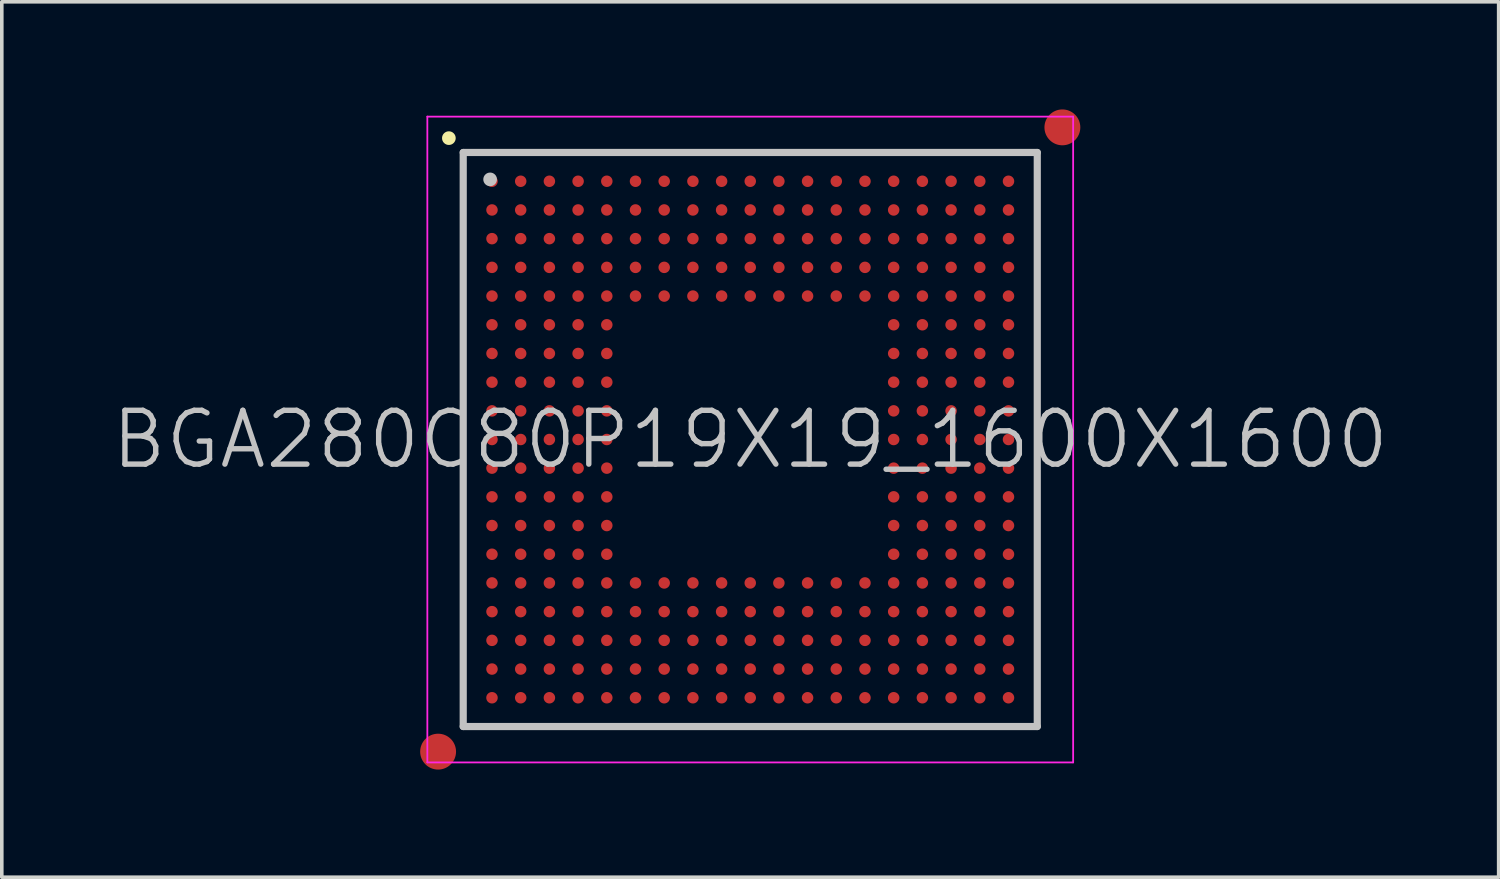
<source format=kicad_pcb>
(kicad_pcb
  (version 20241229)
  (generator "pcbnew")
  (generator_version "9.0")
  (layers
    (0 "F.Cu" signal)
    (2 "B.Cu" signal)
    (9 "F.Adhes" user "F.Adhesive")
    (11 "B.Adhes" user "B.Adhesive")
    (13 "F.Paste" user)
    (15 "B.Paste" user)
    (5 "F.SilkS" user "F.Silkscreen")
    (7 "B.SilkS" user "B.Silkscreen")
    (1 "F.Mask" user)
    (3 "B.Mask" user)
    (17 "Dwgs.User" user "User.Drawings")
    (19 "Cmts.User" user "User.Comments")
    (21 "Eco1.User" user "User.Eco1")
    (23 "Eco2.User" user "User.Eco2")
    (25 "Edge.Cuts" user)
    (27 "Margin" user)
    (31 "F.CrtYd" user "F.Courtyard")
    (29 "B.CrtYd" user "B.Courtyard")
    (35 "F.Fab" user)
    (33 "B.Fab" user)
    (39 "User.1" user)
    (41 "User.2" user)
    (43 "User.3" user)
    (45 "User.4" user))
  (footprint "BGA280C80P19X19_1600X1600"
    (layer "F.Cu")
    (at 17.861 9.2)
    (property "Reference" "BGA280C80P19X19_1600X1600" (at 0 0 0) (layer "Dwgs.User") (effects (font (size 1.5 1.5) (thickness 0.15))))
    (attr smd)
    (fp_line (start -8.4 -8.4) (end -8.4 -8.4) (stroke (width 0.381) (type solid)) (layer "F.SilkS"))
    (fp_line (start -8 -8) (end -8 8) (stroke (width 0.2) (type solid)) (layer "Dwgs.User"))
    (fp_line (start -8 -8) (end 8 -8) (stroke (width 0.2) (type solid)) (layer "Dwgs.User"))
    (fp_line (start -8 8) (end 8 8) (stroke (width 0.2) (type solid)) (layer "Dwgs.User"))
    (fp_line (start -7.25 -7.25) (end -7.25 -7.25) (stroke (width 0.381) (type solid)) (layer "Dwgs.User"))
    (fp_line (start 8 -8) (end 8 8) (stroke (width 0.2) (type solid)) (layer "Dwgs.User"))
    (fp_line (start -9 -9) (end -9 9) (stroke (width 0.05) (type solid)) (layer "F.CrtYd"))
    (fp_line (start -9 -9) (end 9 -9) (stroke (width 0.05) (type solid)) (layer "F.CrtYd"))
    (fp_line (start -9 9) (end 9 9) (stroke (width 0.05) (type solid)) (layer "F.CrtYd"))
    (fp_line (start 9 -9) (end 9 9) (stroke (width 0.05) (type solid)) (layer "F.CrtYd"))
    (pad "" smd circle (at -8.7 8.7) (size 1 1) (layers "F.Cu" "F.Mask"))
    (pad "" smd circle (at 8.7 -8.7) (size 1 1) (layers "F.Cu" "F.Mask"))
    (pad "A1" smd circle (at -7.198 -7.198 270) (size 0.32 0.32) (layers "F.Cu" "F.Mask" "F.Paste"))
    (pad "A2" smd circle (at -6.398 -7.198 270) (size 0.32 0.32) (layers "F.Cu" "F.Mask" "F.Paste"))
    (pad "A3" smd circle (at -5.598 -7.198 270) (size 0.32 0.32) (layers "F.Cu" "F.Mask" "F.Paste"))
    (pad "A4" smd circle (at -4.798 -7.198 270) (size 0.32 0.32) (layers "F.Cu" "F.Mask" "F.Paste"))
    (pad "A5" smd circle (at -3.998 -7.198 270) (size 0.32 0.32) (layers "F.Cu" "F.Mask" "F.Paste"))
    (pad "A6" smd circle (at -3.198 -7.198 270) (size 0.32 0.32) (layers "F.Cu" "F.Mask" "F.Paste"))
    (pad "A7" smd circle (at -2.398 -7.198 270) (size 0.32 0.32) (layers "F.Cu" "F.Mask" "F.Paste"))
    (pad "A8" smd circle (at -1.598 -7.198 270) (size 0.32 0.32) (layers "F.Cu" "F.Mask" "F.Paste"))
    (pad "A9" smd circle (at -0.798 -7.198 270) (size 0.32 0.32) (layers "F.Cu" "F.Mask" "F.Paste"))
    (pad "A10" smd circle (at 0 -7.198 270) (size 0.32 0.32) (layers "F.Cu" "F.Mask" "F.Paste"))
    (pad "A11" smd circle (at 0.798 -7.198 270) (size 0.32 0.32) (layers "F.Cu" "F.Mask" "F.Paste"))
    (pad "A12" smd circle (at 1.598 -7.198 270) (size 0.32 0.32) (layers "F.Cu" "F.Mask" "F.Paste"))
    (pad "A13" smd circle (at 2.398 -7.198 270) (size 0.32 0.32) (layers "F.Cu" "F.Mask" "F.Paste"))
    (pad "A14" smd circle (at 3.198 -7.198 270) (size 0.32 0.32) (layers "F.Cu" "F.Mask" "F.Paste"))
    (pad "A15" smd circle (at 3.998 -7.198 270) (size 0.32 0.32) (layers "F.Cu" "F.Mask" "F.Paste"))
    (pad "A16" smd circle (at 4.798 -7.198 270) (size 0.32 0.32) (layers "F.Cu" "F.Mask" "F.Paste"))
    (pad "A17" smd circle (at 5.598 -7.198 270) (size 0.32 0.32) (layers "F.Cu" "F.Mask" "F.Paste"))
    (pad "A18" smd circle (at 6.398 -7.198 270) (size 0.32 0.32) (layers "F.Cu" "F.Mask" "F.Paste"))
    (pad "A19" smd circle (at 7.198 -7.198 270) (size 0.32 0.32) (layers "F.Cu" "F.Mask" "F.Paste"))
    (pad "B1" smd circle (at -7.198 -6.398 270) (size 0.32 0.32) (layers "F.Cu" "F.Mask" "F.Paste"))
    (pad "B2" smd circle (at -6.398 -6.398 270) (size 0.32 0.32) (layers "F.Cu" "F.Mask" "F.Paste"))
    (pad "B3" smd circle (at -5.598 -6.398 270) (size 0.32 0.32) (layers "F.Cu" "F.Mask" "F.Paste"))
    (pad "B4" smd circle (at -4.798 -6.398 270) (size 0.32 0.32) (layers "F.Cu" "F.Mask" "F.Paste"))
    (pad "B5" smd circle (at -3.998 -6.398 270) (size 0.32 0.32) (layers "F.Cu" "F.Mask" "F.Paste"))
    (pad "B6" smd circle (at -3.198 -6.398 270) (size 0.32 0.32) (layers "F.Cu" "F.Mask" "F.Paste"))
    (pad "B7" smd circle (at -2.398 -6.398 270) (size 0.32 0.32) (layers "F.Cu" "F.Mask" "F.Paste"))
    (pad "B8" smd circle (at -1.598 -6.398 270) (size 0.32 0.32) (layers "F.Cu" "F.Mask" "F.Paste"))
    (pad "B9" smd circle (at -0.798 -6.398 270) (size 0.32 0.32) (layers "F.Cu" "F.Mask" "F.Paste"))
    (pad "B10" smd circle (at 0 -6.398 270) (size 0.32 0.32) (layers "F.Cu" "F.Mask" "F.Paste"))
    (pad "B11" smd circle (at 0.798 -6.398 270) (size 0.32 0.32) (layers "F.Cu" "F.Mask" "F.Paste"))
    (pad "B12" smd circle (at 1.598 -6.398 270) (size 0.32 0.32) (layers "F.Cu" "F.Mask" "F.Paste"))
    (pad "B13" smd circle (at 2.398 -6.398 270) (size 0.32 0.32) (layers "F.Cu" "F.Mask" "F.Paste"))
    (pad "B14" smd circle (at 3.198 -6.398 270) (size 0.32 0.32) (layers "F.Cu" "F.Mask" "F.Paste"))
    (pad "B15" smd circle (at 3.998 -6.398 270) (size 0.32 0.32) (layers "F.Cu" "F.Mask" "F.Paste"))
    (pad "B16" smd circle (at 4.798 -6.398 270) (size 0.32 0.32) (layers "F.Cu" "F.Mask" "F.Paste"))
    (pad "B17" smd circle (at 5.598 -6.398 270) (size 0.32 0.32) (layers "F.Cu" "F.Mask" "F.Paste"))
    (pad "B18" smd circle (at 6.398 -6.398 270) (size 0.32 0.32) (layers "F.Cu" "F.Mask" "F.Paste"))
    (pad "B19" smd circle (at 7.198 -6.398 270) (size 0.32 0.32) (layers "F.Cu" "F.Mask" "F.Paste"))
    (pad "C1" smd circle (at -7.198 -5.598 270) (size 0.32 0.32) (layers "F.Cu" "F.Mask" "F.Paste"))
    (pad "C2" smd circle (at -6.398 -5.598 270) (size 0.32 0.32) (layers "F.Cu" "F.Mask" "F.Paste"))
    (pad "C3" smd circle (at -5.598 -5.598 270) (size 0.32 0.32) (layers "F.Cu" "F.Mask" "F.Paste"))
    (pad "C4" smd circle (at -4.798 -5.598 270) (size 0.32 0.32) (layers "F.Cu" "F.Mask" "F.Paste"))
    (pad "C5" smd circle (at -3.998 -5.598 270) (size 0.32 0.32) (layers "F.Cu" "F.Mask" "F.Paste"))
    (pad "C6" smd circle (at -3.198 -5.598 270) (size 0.32 0.32) (layers "F.Cu" "F.Mask" "F.Paste"))
    (pad "C7" smd circle (at -2.398 -5.598 270) (size 0.32 0.32) (layers "F.Cu" "F.Mask" "F.Paste"))
    (pad "C8" smd circle (at -1.598 -5.598 270) (size 0.32 0.32) (layers "F.Cu" "F.Mask" "F.Paste"))
    (pad "C9" smd circle (at -0.798 -5.598 270) (size 0.32 0.32) (layers "F.Cu" "F.Mask" "F.Paste"))
    (pad "C10" smd circle (at 0 -5.598 270) (size 0.32 0.32) (layers "F.Cu" "F.Mask" "F.Paste"))
    (pad "C11" smd circle (at 0.798 -5.598 270) (size 0.32 0.32) (layers "F.Cu" "F.Mask" "F.Paste"))
    (pad "C12" smd circle (at 1.598 -5.598 270) (size 0.32 0.32) (layers "F.Cu" "F.Mask" "F.Paste"))
    (pad "C13" smd circle (at 2.398 -5.598 270) (size 0.32 0.32) (layers "F.Cu" "F.Mask" "F.Paste"))
    (pad "C14" smd circle (at 3.198 -5.598 270) (size 0.32 0.32) (layers "F.Cu" "F.Mask" "F.Paste"))
    (pad "C15" smd circle (at 3.998 -5.598 270) (size 0.32 0.32) (layers "F.Cu" "F.Mask" "F.Paste"))
    (pad "C16" smd circle (at 4.798 -5.598 270) (size 0.32 0.32) (layers "F.Cu" "F.Mask" "F.Paste"))
    (pad "C17" smd circle (at 5.598 -5.598 270) (size 0.32 0.32) (layers "F.Cu" "F.Mask" "F.Paste"))
    (pad "C18" smd circle (at 6.398 -5.598 270) (size 0.32 0.32) (layers "F.Cu" "F.Mask" "F.Paste"))
    (pad "C19" smd circle (at 7.198 -5.598 270) (size 0.32 0.32) (layers "F.Cu" "F.Mask" "F.Paste"))
    (pad "D1" smd circle (at -7.198 -4.798 270) (size 0.32 0.32) (layers "F.Cu" "F.Mask" "F.Paste"))
    (pad "D2" smd circle (at -6.398 -4.798 270) (size 0.32 0.32) (layers "F.Cu" "F.Mask" "F.Paste"))
    (pad "D3" smd circle (at -5.598 -4.798 270) (size 0.32 0.32) (layers "F.Cu" "F.Mask" "F.Paste"))
    (pad "D4" smd circle (at -4.798 -4.798 270) (size 0.32 0.32) (layers "F.Cu" "F.Mask" "F.Paste"))
    (pad "D5" smd circle (at -3.998 -4.798 270) (size 0.32 0.32) (layers "F.Cu" "F.Mask" "F.Paste"))
    (pad "D6" smd circle (at -3.198 -4.798 270) (size 0.32 0.32) (layers "F.Cu" "F.Mask" "F.Paste"))
    (pad "D7" smd circle (at -2.398 -4.798 270) (size 0.32 0.32) (layers "F.Cu" "F.Mask" "F.Paste"))
    (pad "D8" smd circle (at -1.598 -4.798 270) (size 0.32 0.32) (layers "F.Cu" "F.Mask" "F.Paste"))
    (pad "D9" smd circle (at -0.798 -4.798 270) (size 0.32 0.32) (layers "F.Cu" "F.Mask" "F.Paste"))
    (pad "D10" smd circle (at 0 -4.798 270) (size 0.32 0.32) (layers "F.Cu" "F.Mask" "F.Paste"))
    (pad "D11" smd circle (at 0.798 -4.798 270) (size 0.32 0.32) (layers "F.Cu" "F.Mask" "F.Paste"))
    (pad "D12" smd circle (at 1.598 -4.798 270) (size 0.32 0.32) (layers "F.Cu" "F.Mask" "F.Paste"))
    (pad "D13" smd circle (at 2.398 -4.798 270) (size 0.32 0.32) (layers "F.Cu" "F.Mask" "F.Paste"))
    (pad "D14" smd circle (at 3.198 -4.798 270) (size 0.32 0.32) (layers "F.Cu" "F.Mask" "F.Paste"))
    (pad "D15" smd circle (at 3.998 -4.798 270) (size 0.32 0.32) (layers "F.Cu" "F.Mask" "F.Paste"))
    (pad "D16" smd circle (at 4.798 -4.798 270) (size 0.32 0.32) (layers "F.Cu" "F.Mask" "F.Paste"))
    (pad "D17" smd circle (at 5.598 -4.798 270) (size 0.32 0.32) (layers "F.Cu" "F.Mask" "F.Paste"))
    (pad "D18" smd circle (at 6.398 -4.798 270) (size 0.32 0.32) (layers "F.Cu" "F.Mask" "F.Paste"))
    (pad "D19" smd circle (at 7.198 -4.798 270) (size 0.32 0.32) (layers "F.Cu" "F.Mask" "F.Paste"))
    (pad "E1" smd circle (at -7.198 -3.998 270) (size 0.32 0.32) (layers "F.Cu" "F.Mask" "F.Paste"))
    (pad "E2" smd circle (at -6.398 -3.998 270) (size 0.32 0.32) (layers "F.Cu" "F.Mask" "F.Paste"))
    (pad "E3" smd circle (at -5.598 -3.998 270) (size 0.32 0.32) (layers "F.Cu" "F.Mask" "F.Paste"))
    (pad "E4" smd circle (at -4.798 -3.998 270) (size 0.32 0.32) (layers "F.Cu" "F.Mask" "F.Paste"))
    (pad "E5" smd circle (at -3.998 -3.998 270) (size 0.32 0.32) (layers "F.Cu" "F.Mask" "F.Paste"))
    (pad "E6" smd circle (at -3.198 -3.998 270) (size 0.32 0.32) (layers "F.Cu" "F.Mask" "F.Paste"))
    (pad "E7" smd circle (at -2.398 -3.998 270) (size 0.32 0.32) (layers "F.Cu" "F.Mask" "F.Paste"))
    (pad "E8" smd circle (at -1.598 -3.998 270) (size 0.32 0.32) (layers "F.Cu" "F.Mask" "F.Paste"))
    (pad "E9" smd circle (at -0.798 -3.998 270) (size 0.32 0.32) (layers "F.Cu" "F.Mask" "F.Paste"))
    (pad "E10" smd circle (at 0 -3.998 270) (size 0.32 0.32) (layers "F.Cu" "F.Mask" "F.Paste"))
    (pad "E11" smd circle (at 0.798 -3.998 270) (size 0.32 0.32) (layers "F.Cu" "F.Mask" "F.Paste"))
    (pad "E12" smd circle (at 1.598 -3.998 270) (size 0.32 0.32) (layers "F.Cu" "F.Mask" "F.Paste"))
    (pad "E13" smd circle (at 2.398 -3.998 270) (size 0.32 0.32) (layers "F.Cu" "F.Mask" "F.Paste"))
    (pad "E14" smd circle (at 3.198 -3.998 270) (size 0.32 0.32) (layers "F.Cu" "F.Mask" "F.Paste"))
    (pad "E15" smd circle (at 3.998 -3.998 270) (size 0.32 0.32) (layers "F.Cu" "F.Mask" "F.Paste"))
    (pad "E16" smd circle (at 4.798 -3.998 270) (size 0.32 0.32) (layers "F.Cu" "F.Mask" "F.Paste"))
    (pad "E17" smd circle (at 5.598 -3.998 270) (size 0.32 0.32) (layers "F.Cu" "F.Mask" "F.Paste"))
    (pad "E18" smd circle (at 6.398 -3.998 270) (size 0.32 0.32) (layers "F.Cu" "F.Mask" "F.Paste"))
    (pad "E19" smd circle (at 7.198 -3.998 270) (size 0.32 0.32) (layers "F.Cu" "F.Mask" "F.Paste"))
    (pad "F1" smd circle (at -7.198 -3.198 270) (size 0.32 0.32) (layers "F.Cu" "F.Mask" "F.Paste"))
    (pad "F2" smd circle (at -6.398 -3.198 270) (size 0.32 0.32) (layers "F.Cu" "F.Mask" "F.Paste"))
    (pad "F3" smd circle (at -5.598 -3.198 270) (size 0.32 0.32) (layers "F.Cu" "F.Mask" "F.Paste"))
    (pad "F4" smd circle (at -4.798 -3.198 270) (size 0.32 0.32) (layers "F.Cu" "F.Mask" "F.Paste"))
    (pad "F5" smd circle (at -3.998 -3.198 270) (size 0.32 0.32) (layers "F.Cu" "F.Mask" "F.Paste"))
    (pad "F15" smd circle (at 3.998 -3.198 270) (size 0.32 0.32) (layers "F.Cu" "F.Mask" "F.Paste"))
    (pad "F16" smd circle (at 4.798 -3.198 270) (size 0.32 0.32) (layers "F.Cu" "F.Mask" "F.Paste"))
    (pad "F17" smd circle (at 5.598 -3.198 270) (size 0.32 0.32) (layers "F.Cu" "F.Mask" "F.Paste"))
    (pad "F18" smd circle (at 6.398 -3.198 270) (size 0.32 0.32) (layers "F.Cu" "F.Mask" "F.Paste"))
    (pad "F19" smd circle (at 7.198 -3.198 270) (size 0.32 0.32) (layers "F.Cu" "F.Mask" "F.Paste"))
    (pad "G1" smd circle (at -7.198 -2.398 270) (size 0.32 0.32) (layers "F.Cu" "F.Mask" "F.Paste"))
    (pad "G2" smd circle (at -6.398 -2.398 270) (size 0.32 0.32) (layers "F.Cu" "F.Mask" "F.Paste"))
    (pad "G3" smd circle (at -5.598 -2.398 270) (size 0.32 0.32) (layers "F.Cu" "F.Mask" "F.Paste"))
    (pad "G4" smd circle (at -4.798 -2.398 270) (size 0.32 0.32) (layers "F.Cu" "F.Mask" "F.Paste"))
    (pad "G5" smd circle (at -3.998 -2.398 270) (size 0.32 0.32) (layers "F.Cu" "F.Mask" "F.Paste"))
    (pad "G15" smd circle (at 3.998 -2.398 270) (size 0.32 0.32) (layers "F.Cu" "F.Mask" "F.Paste"))
    (pad "G16" smd circle (at 4.798 -2.398 270) (size 0.32 0.32) (layers "F.Cu" "F.Mask" "F.Paste"))
    (pad "G17" smd circle (at 5.598 -2.398 270) (size 0.32 0.32) (layers "F.Cu" "F.Mask" "F.Paste"))
    (pad "G18" smd circle (at 6.398 -2.398 270) (size 0.32 0.32) (layers "F.Cu" "F.Mask" "F.Paste"))
    (pad "G19" smd circle (at 7.198 -2.398 270) (size 0.32 0.32) (layers "F.Cu" "F.Mask" "F.Paste"))
    (pad "H1" smd circle (at -7.198 -1.598 270) (size 0.32 0.32) (layers "F.Cu" "F.Mask" "F.Paste"))
    (pad "H2" smd circle (at -6.398 -1.598 270) (size 0.32 0.32) (layers "F.Cu" "F.Mask" "F.Paste"))
    (pad "H3" smd circle (at -5.598 -1.598 270) (size 0.32 0.32) (layers "F.Cu" "F.Mask" "F.Paste"))
    (pad "H4" smd circle (at -4.798 -1.598 270) (size 0.32 0.32) (layers "F.Cu" "F.Mask" "F.Paste"))
    (pad "H5" smd circle (at -3.998 -1.598 270) (size 0.32 0.32) (layers "F.Cu" "F.Mask" "F.Paste"))
    (pad "H15" smd circle (at 3.998 -1.598 270) (size 0.32 0.32) (layers "F.Cu" "F.Mask" "F.Paste"))
    (pad "H16" smd circle (at 4.798 -1.598 270) (size 0.32 0.32) (layers "F.Cu" "F.Mask" "F.Paste"))
    (pad "H17" smd circle (at 5.598 -1.598 270) (size 0.32 0.32) (layers "F.Cu" "F.Mask" "F.Paste"))
    (pad "H18" smd circle (at 6.398 -1.598 270) (size 0.32 0.32) (layers "F.Cu" "F.Mask" "F.Paste"))
    (pad "H19" smd circle (at 7.198 -1.598 270) (size 0.32 0.32) (layers "F.Cu" "F.Mask" "F.Paste"))
    (pad "J1" smd circle (at -7.198 -0.798 270) (size 0.32 0.32) (layers "F.Cu" "F.Mask" "F.Paste"))
    (pad "J2" smd circle (at -6.398 -0.798 270) (size 0.32 0.32) (layers "F.Cu" "F.Mask" "F.Paste"))
    (pad "J3" smd circle (at -5.598 -0.798 270) (size 0.32 0.32) (layers "F.Cu" "F.Mask" "F.Paste"))
    (pad "J4" smd circle (at -4.798 -0.798 270) (size 0.32 0.32) (layers "F.Cu" "F.Mask" "F.Paste"))
    (pad "J5" smd circle (at -3.998 -0.798 270) (size 0.32 0.32) (layers "F.Cu" "F.Mask" "F.Paste"))
    (pad "J15" smd circle (at 3.998 -0.798 270) (size 0.32 0.32) (layers "F.Cu" "F.Mask" "F.Paste"))
    (pad "J16" smd circle (at 4.798 -0.798 270) (size 0.32 0.32) (layers "F.Cu" "F.Mask" "F.Paste"))
    (pad "J17" smd circle (at 5.598 -0.798 270) (size 0.32 0.32) (layers "F.Cu" "F.Mask" "F.Paste"))
    (pad "J18" smd circle (at 6.398 -0.798 270) (size 0.32 0.32) (layers "F.Cu" "F.Mask" "F.Paste"))
    (pad "J19" smd circle (at 7.198 -0.798 270) (size 0.32 0.32) (layers "F.Cu" "F.Mask" "F.Paste"))
    (pad "K1" smd circle (at -7.198 0 270) (size 0.32 0.32) (layers "F.Cu" "F.Mask" "F.Paste"))
    (pad "K2" smd circle (at -6.398 0 270) (size 0.32 0.32) (layers "F.Cu" "F.Mask" "F.Paste"))
    (pad "K3" smd circle (at -5.598 0 270) (size 0.32 0.32) (layers "F.Cu" "F.Mask" "F.Paste"))
    (pad "K4" smd circle (at -4.798 0 270) (size 0.32 0.32) (layers "F.Cu" "F.Mask" "F.Paste"))
    (pad "K5" smd circle (at -3.998 0 270) (size 0.32 0.32) (layers "F.Cu" "F.Mask" "F.Paste"))
    (pad "K15" smd circle (at 3.998 0 270) (size 0.32 0.32) (layers "F.Cu" "F.Mask" "F.Paste"))
    (pad "K16" smd circle (at 4.798 0 270) (size 0.32 0.32) (layers "F.Cu" "F.Mask" "F.Paste"))
    (pad "K17" smd circle (at 5.598 0 270) (size 0.32 0.32) (layers "F.Cu" "F.Mask" "F.Paste"))
    (pad "K18" smd circle (at 6.398 0 270) (size 0.32 0.32) (layers "F.Cu" "F.Mask" "F.Paste"))
    (pad "K19" smd circle (at 7.198 0 270) (size 0.32 0.32) (layers "F.Cu" "F.Mask" "F.Paste"))
    (pad "L1" smd circle (at -7.198 0.798 270) (size 0.32 0.32) (layers "F.Cu" "F.Mask" "F.Paste"))
    (pad "L2" smd circle (at -6.398 0.798 270) (size 0.32 0.32) (layers "F.Cu" "F.Mask" "F.Paste"))
    (pad "L3" smd circle (at -5.598 0.798 270) (size 0.32 0.32) (layers "F.Cu" "F.Mask" "F.Paste"))
    (pad "L4" smd circle (at -4.798 0.798 270) (size 0.32 0.32) (layers "F.Cu" "F.Mask" "F.Paste"))
    (pad "L5" smd circle (at -3.998 0.798 270) (size 0.32 0.32) (layers "F.Cu" "F.Mask" "F.Paste"))
    (pad "L15" smd circle (at 3.998 0.798 270) (size 0.32 0.32) (layers "F.Cu" "F.Mask" "F.Paste"))
    (pad "L16" smd circle (at 4.798 0.798 270) (size 0.32 0.32) (layers "F.Cu" "F.Mask" "F.Paste"))
    (pad "L17" smd circle (at 5.598 0.798 270) (size 0.32 0.32) (layers "F.Cu" "F.Mask" "F.Paste"))
    (pad "L18" smd circle (at 6.398 0.798 270) (size 0.32 0.32) (layers "F.Cu" "F.Mask" "F.Paste"))
    (pad "L19" smd circle (at 7.198 0.798 270) (size 0.32 0.32) (layers "F.Cu" "F.Mask" "F.Paste"))
    (pad "M1" smd circle (at -7.198 1.598 270) (size 0.32 0.32) (layers "F.Cu" "F.Mask" "F.Paste"))
    (pad "M2" smd circle (at -6.398 1.598 270) (size 0.32 0.32) (layers "F.Cu" "F.Mask" "F.Paste"))
    (pad "M3" smd circle (at -5.598 1.598 270) (size 0.32 0.32) (layers "F.Cu" "F.Mask" "F.Paste"))
    (pad "M4" smd circle (at -4.798 1.598 270) (size 0.32 0.32) (layers "F.Cu" "F.Mask" "F.Paste"))
    (pad "M5" smd circle (at -3.998 1.598 270) (size 0.32 0.32) (layers "F.Cu" "F.Mask" "F.Paste"))
    (pad "M15" smd circle (at 3.998 1.598 270) (size 0.32 0.32) (layers "F.Cu" "F.Mask" "F.Paste"))
    (pad "M16" smd circle (at 4.798 1.598 270) (size 0.32 0.32) (layers "F.Cu" "F.Mask" "F.Paste"))
    (pad "M17" smd circle (at 5.598 1.598 270) (size 0.32 0.32) (layers "F.Cu" "F.Mask" "F.Paste"))
    (pad "M18" smd circle (at 6.398 1.598 270) (size 0.32 0.32) (layers "F.Cu" "F.Mask" "F.Paste"))
    (pad "M19" smd circle (at 7.198 1.598 270) (size 0.32 0.32) (layers "F.Cu" "F.Mask" "F.Paste"))
    (pad "N1" smd circle (at -7.198 2.398 270) (size 0.32 0.32) (layers "F.Cu" "F.Mask" "F.Paste"))
    (pad "N2" smd circle (at -6.398 2.398 270) (size 0.32 0.32) (layers "F.Cu" "F.Mask" "F.Paste"))
    (pad "N3" smd circle (at -5.598 2.398 270) (size 0.32 0.32) (layers "F.Cu" "F.Mask" "F.Paste"))
    (pad "N4" smd circle (at -4.798 2.398 270) (size 0.32 0.32) (layers "F.Cu" "F.Mask" "F.Paste"))
    (pad "N5" smd circle (at -3.998 2.398 270) (size 0.32 0.32) (layers "F.Cu" "F.Mask" "F.Paste"))
    (pad "N15" smd circle (at 3.998 2.398 270) (size 0.32 0.32) (layers "F.Cu" "F.Mask" "F.Paste"))
    (pad "N16" smd circle (at 4.798 2.398 270) (size 0.32 0.32) (layers "F.Cu" "F.Mask" "F.Paste"))
    (pad "N17" smd circle (at 5.598 2.398 270) (size 0.32 0.32) (layers "F.Cu" "F.Mask" "F.Paste"))
    (pad "N18" smd circle (at 6.398 2.398 270) (size 0.32 0.32) (layers "F.Cu" "F.Mask" "F.Paste"))
    (pad "N19" smd circle (at 7.198 2.398 270) (size 0.32 0.32) (layers "F.Cu" "F.Mask" "F.Paste"))
    (pad "P1" smd circle (at -7.198 3.198 270) (size 0.32 0.32) (layers "F.Cu" "F.Mask" "F.Paste"))
    (pad "P2" smd circle (at -6.398 3.198 270) (size 0.32 0.32) (layers "F.Cu" "F.Mask" "F.Paste"))
    (pad "P3" smd circle (at -5.598 3.198 270) (size 0.32 0.32) (layers "F.Cu" "F.Mask" "F.Paste"))
    (pad "P4" smd circle (at -4.798 3.198 270) (size 0.32 0.32) (layers "F.Cu" "F.Mask" "F.Paste"))
    (pad "P5" smd circle (at -3.998 3.198 270) (size 0.32 0.32) (layers "F.Cu" "F.Mask" "F.Paste"))
    (pad "P15" smd circle (at 3.998 3.198 270) (size 0.32 0.32) (layers "F.Cu" "F.Mask" "F.Paste"))
    (pad "P16" smd circle (at 4.798 3.198 270) (size 0.32 0.32) (layers "F.Cu" "F.Mask" "F.Paste"))
    (pad "P17" smd circle (at 5.598 3.198 270) (size 0.32 0.32) (layers "F.Cu" "F.Mask" "F.Paste"))
    (pad "P18" smd circle (at 6.398 3.198 270) (size 0.32 0.32) (layers "F.Cu" "F.Mask" "F.Paste"))
    (pad "P19" smd circle (at 7.198 3.198 270) (size 0.32 0.32) (layers "F.Cu" "F.Mask" "F.Paste"))
    (pad "R1" smd circle (at -7.198 3.998 270) (size 0.32 0.32) (layers "F.Cu" "F.Mask" "F.Paste"))
    (pad "R2" smd circle (at -6.398 3.998 270) (size 0.32 0.32) (layers "F.Cu" "F.Mask" "F.Paste"))
    (pad "R3" smd circle (at -5.598 3.998 270) (size 0.32 0.32) (layers "F.Cu" "F.Mask" "F.Paste"))
    (pad "R4" smd circle (at -4.798 3.998 270) (size 0.32 0.32) (layers "F.Cu" "F.Mask" "F.Paste"))
    (pad "R5" smd circle (at -3.998 3.998 270) (size 0.32 0.32) (layers "F.Cu" "F.Mask" "F.Paste"))
    (pad "R6" smd circle (at -3.198 3.998 270) (size 0.32 0.32) (layers "F.Cu" "F.Mask" "F.Paste"))
    (pad "R7" smd circle (at -2.398 3.998 270) (size 0.32 0.32) (layers "F.Cu" "F.Mask" "F.Paste"))
    (pad "R8" smd circle (at -1.598 3.998 270) (size 0.32 0.32) (layers "F.Cu" "F.Mask" "F.Paste"))
    (pad "R9" smd circle (at -0.798 3.998 270) (size 0.32 0.32) (layers "F.Cu" "F.Mask" "F.Paste"))
    (pad "R10" smd circle (at 0 3.998 270) (size 0.32 0.32) (layers "F.Cu" "F.Mask" "F.Paste"))
    (pad "R11" smd circle (at 0.798 3.998 270) (size 0.32 0.32) (layers "F.Cu" "F.Mask" "F.Paste"))
    (pad "R12" smd circle (at 1.598 3.998 270) (size 0.32 0.32) (layers "F.Cu" "F.Mask" "F.Paste"))
    (pad "R13" smd circle (at 2.398 3.998 270) (size 0.32 0.32) (layers "F.Cu" "F.Mask" "F.Paste"))
    (pad "R14" smd circle (at 3.198 3.998 270) (size 0.32 0.32) (layers "F.Cu" "F.Mask" "F.Paste"))
    (pad "R15" smd circle (at 3.998 3.998 270) (size 0.32 0.32) (layers "F.Cu" "F.Mask" "F.Paste"))
    (pad "R16" smd circle (at 4.798 3.998 270) (size 0.32 0.32) (layers "F.Cu" "F.Mask" "F.Paste"))
    (pad "R17" smd circle (at 5.598 3.998 270) (size 0.32 0.32) (layers "F.Cu" "F.Mask" "F.Paste"))
    (pad "R18" smd circle (at 6.398 3.998 270) (size 0.32 0.32) (layers "F.Cu" "F.Mask" "F.Paste"))
    (pad "R19" smd circle (at 7.198 3.998 270) (size 0.32 0.32) (layers "F.Cu" "F.Mask" "F.Paste"))
    (pad "T1" smd circle (at -7.198 4.798 270) (size 0.32 0.32) (layers "F.Cu" "F.Mask" "F.Paste"))
    (pad "T2" smd circle (at -6.398 4.798 270) (size 0.32 0.32) (layers "F.Cu" "F.Mask" "F.Paste"))
    (pad "T3" smd circle (at -5.598 4.798 270) (size 0.32 0.32) (layers "F.Cu" "F.Mask" "F.Paste"))
    (pad "T4" smd circle (at -4.798 4.798 270) (size 0.32 0.32) (layers "F.Cu" "F.Mask" "F.Paste"))
    (pad "T5" smd circle (at -3.998 4.798 270) (size 0.32 0.32) (layers "F.Cu" "F.Mask" "F.Paste"))
    (pad "T6" smd circle (at -3.198 4.798 270) (size 0.32 0.32) (layers "F.Cu" "F.Mask" "F.Paste"))
    (pad "T7" smd circle (at -2.398 4.798 270) (size 0.32 0.32) (layers "F.Cu" "F.Mask" "F.Paste"))
    (pad "T8" smd circle (at -1.598 4.798 270) (size 0.32 0.32) (layers "F.Cu" "F.Mask" "F.Paste"))
    (pad "T9" smd circle (at -0.798 4.798 270) (size 0.32 0.32) (layers "F.Cu" "F.Mask" "F.Paste"))
    (pad "T10" smd circle (at 0 4.798 270) (size 0.32 0.32) (layers "F.Cu" "F.Mask" "F.Paste"))
    (pad "T11" smd circle (at 0.798 4.798 270) (size 0.32 0.32) (layers "F.Cu" "F.Mask" "F.Paste"))
    (pad "T12" smd circle (at 1.598 4.798 270) (size 0.32 0.32) (layers "F.Cu" "F.Mask" "F.Paste"))
    (pad "T13" smd circle (at 2.398 4.798 270) (size 0.32 0.32) (layers "F.Cu" "F.Mask" "F.Paste"))
    (pad "T14" smd circle (at 3.198 4.798 270) (size 0.32 0.32) (layers "F.Cu" "F.Mask" "F.Paste"))
    (pad "T15" smd circle (at 3.998 4.798 270) (size 0.32 0.32) (layers "F.Cu" "F.Mask" "F.Paste"))
    (pad "T16" smd circle (at 4.798 4.798 270) (size 0.32 0.32) (layers "F.Cu" "F.Mask" "F.Paste"))
    (pad "T17" smd circle (at 5.598 4.798 270) (size 0.32 0.32) (layers "F.Cu" "F.Mask" "F.Paste"))
    (pad "T18" smd circle (at 6.398 4.798 270) (size 0.32 0.32) (layers "F.Cu" "F.Mask" "F.Paste"))
    (pad "T19" smd circle (at 7.198 4.798 270) (size 0.32 0.32) (layers "F.Cu" "F.Mask" "F.Paste"))
    (pad "U1" smd circle (at -7.198 5.598 270) (size 0.32 0.32) (layers "F.Cu" "F.Mask" "F.Paste"))
    (pad "U2" smd circle (at -6.398 5.598 270) (size 0.32 0.32) (layers "F.Cu" "F.Mask" "F.Paste"))
    (pad "U3" smd circle (at -5.598 5.598 270) (size 0.32 0.32) (layers "F.Cu" "F.Mask" "F.Paste"))
    (pad "U4" smd circle (at -4.798 5.598 270) (size 0.32 0.32) (layers "F.Cu" "F.Mask" "F.Paste"))
    (pad "U5" smd circle (at -3.998 5.598 270) (size 0.32 0.32) (layers "F.Cu" "F.Mask" "F.Paste"))
    (pad "U6" smd circle (at -3.198 5.598 270) (size 0.32 0.32) (layers "F.Cu" "F.Mask" "F.Paste"))
    (pad "U7" smd circle (at -2.398 5.598 270) (size 0.32 0.32) (layers "F.Cu" "F.Mask" "F.Paste"))
    (pad "U8" smd circle (at -1.598 5.598 270) (size 0.32 0.32) (layers "F.Cu" "F.Mask" "F.Paste"))
    (pad "U9" smd circle (at -0.798 5.598 270) (size 0.32 0.32) (layers "F.Cu" "F.Mask" "F.Paste"))
    (pad "U10" smd circle (at 0 5.598 270) (size 0.32 0.32) (layers "F.Cu" "F.Mask" "F.Paste"))
    (pad "U11" smd circle (at 0.798 5.598 270) (size 0.32 0.32) (layers "F.Cu" "F.Mask" "F.Paste"))
    (pad "U12" smd circle (at 1.598 5.598 270) (size 0.32 0.32) (layers "F.Cu" "F.Mask" "F.Paste"))
    (pad "U13" smd circle (at 2.398 5.598 270) (size 0.32 0.32) (layers "F.Cu" "F.Mask" "F.Paste"))
    (pad "U14" smd circle (at 3.198 5.598 270) (size 0.32 0.32) (layers "F.Cu" "F.Mask" "F.Paste"))
    (pad "U15" smd circle (at 3.998 5.598 270) (size 0.32 0.32) (layers "F.Cu" "F.Mask" "F.Paste"))
    (pad "U16" smd circle (at 4.798 5.598 270) (size 0.32 0.32) (layers "F.Cu" "F.Mask" "F.Paste"))
    (pad "U17" smd circle (at 5.598 5.598 270) (size 0.32 0.32) (layers "F.Cu" "F.Mask" "F.Paste"))
    (pad "U18" smd circle (at 6.398 5.598 270) (size 0.32 0.32) (layers "F.Cu" "F.Mask" "F.Paste"))
    (pad "U19" smd circle (at 7.198 5.598 270) (size 0.32 0.32) (layers "F.Cu" "F.Mask" "F.Paste"))
    (pad "V1" smd circle (at -7.198 6.398 270) (size 0.32 0.32) (layers "F.Cu" "F.Mask" "F.Paste"))
    (pad "V2" smd circle (at -6.398 6.398 270) (size 0.32 0.32) (layers "F.Cu" "F.Mask" "F.Paste"))
    (pad "V3" smd circle (at -5.598 6.398 270) (size 0.32 0.32) (layers "F.Cu" "F.Mask" "F.Paste"))
    (pad "V4" smd circle (at -4.798 6.398 270) (size 0.32 0.32) (layers "F.Cu" "F.Mask" "F.Paste"))
    (pad "V5" smd circle (at -3.998 6.398 270) (size 0.32 0.32) (layers "F.Cu" "F.Mask" "F.Paste"))
    (pad "V6" smd circle (at -3.198 6.398 270) (size 0.32 0.32) (layers "F.Cu" "F.Mask" "F.Paste"))
    (pad "V7" smd circle (at -2.398 6.398 270) (size 0.32 0.32) (layers "F.Cu" "F.Mask" "F.Paste"))
    (pad "V8" smd circle (at -1.598 6.398 270) (size 0.32 0.32) (layers "F.Cu" "F.Mask" "F.Paste"))
    (pad "V9" smd circle (at -0.798 6.398 270) (size 0.32 0.32) (layers "F.Cu" "F.Mask" "F.Paste"))
    (pad "V10" smd circle (at 0 6.398 270) (size 0.32 0.32) (layers "F.Cu" "F.Mask" "F.Paste"))
    (pad "V11" smd circle (at 0.798 6.398 270) (size 0.32 0.32) (layers "F.Cu" "F.Mask" "F.Paste"))
    (pad "V12" smd circle (at 1.598 6.398 270) (size 0.32 0.32) (layers "F.Cu" "F.Mask" "F.Paste"))
    (pad "V13" smd circle (at 2.398 6.398 270) (size 0.32 0.32) (layers "F.Cu" "F.Mask" "F.Paste"))
    (pad "V14" smd circle (at 3.198 6.398 270) (size 0.32 0.32) (layers "F.Cu" "F.Mask" "F.Paste"))
    (pad "V15" smd circle (at 3.998 6.398 270) (size 0.32 0.32) (layers "F.Cu" "F.Mask" "F.Paste"))
    (pad "V16" smd circle (at 4.798 6.398 270) (size 0.32 0.32) (layers "F.Cu" "F.Mask" "F.Paste"))
    (pad "V17" smd circle (at 5.598 6.398 270) (size 0.32 0.32) (layers "F.Cu" "F.Mask" "F.Paste"))
    (pad "V18" smd circle (at 6.398 6.398 270) (size 0.32 0.32) (layers "F.Cu" "F.Mask" "F.Paste"))
    (pad "V19" smd circle (at 7.198 6.398 270) (size 0.32 0.32) (layers "F.Cu" "F.Mask" "F.Paste"))
    (pad "W1" smd circle (at -7.198 7.198 270) (size 0.32 0.32) (layers "F.Cu" "F.Mask" "F.Paste"))
    (pad "W2" smd circle (at -6.398 7.198 270) (size 0.32 0.32) (layers "F.Cu" "F.Mask" "F.Paste"))
    (pad "W3" smd circle (at -5.598 7.198 270) (size 0.32 0.32) (layers "F.Cu" "F.Mask" "F.Paste"))
    (pad "W4" smd circle (at -4.798 7.198 270) (size 0.32 0.32) (layers "F.Cu" "F.Mask" "F.Paste"))
    (pad "W5" smd circle (at -3.998 7.198 270) (size 0.32 0.32) (layers "F.Cu" "F.Mask" "F.Paste"))
    (pad "W6" smd circle (at -3.198 7.198 270) (size 0.32 0.32) (layers "F.Cu" "F.Mask" "F.Paste"))
    (pad "W7" smd circle (at -2.398 7.198 270) (size 0.32 0.32) (layers "F.Cu" "F.Mask" "F.Paste"))
    (pad "W8" smd circle (at -1.598 7.198 270) (size 0.32 0.32) (layers "F.Cu" "F.Mask" "F.Paste"))
    (pad "W9" smd circle (at -0.798 7.198 270) (size 0.32 0.32) (layers "F.Cu" "F.Mask" "F.Paste"))
    (pad "W10" smd circle (at 0 7.198 270) (size 0.32 0.32) (layers "F.Cu" "F.Mask" "F.Paste"))
    (pad "W11" smd circle (at 0.798 7.198 270) (size 0.32 0.32) (layers "F.Cu" "F.Mask" "F.Paste"))
    (pad "W12" smd circle (at 1.598 7.198 270) (size 0.32 0.32) (layers "F.Cu" "F.Mask" "F.Paste"))
    (pad "W13" smd circle (at 2.398 7.198 270) (size 0.32 0.32) (layers "F.Cu" "F.Mask" "F.Paste"))
    (pad "W14" smd circle (at 3.198 7.198 270) (size 0.32 0.32) (layers "F.Cu" "F.Mask" "F.Paste"))
    (pad "W15" smd circle (at 3.998 7.198 270) (size 0.32 0.32) (layers "F.Cu" "F.Mask" "F.Paste"))
    (pad "W16" smd circle (at 4.798 7.198 270) (size 0.32 0.32) (layers "F.Cu" "F.Mask" "F.Paste"))
    (pad "W17" smd circle (at 5.598 7.198 270) (size 0.32 0.32) (layers "F.Cu" "F.Mask" "F.Paste"))
    (pad "W18" smd circle (at 6.398 7.198 270) (size 0.32 0.32) (layers "F.Cu" "F.Mask" "F.Paste"))
    (pad "W19" smd circle (at 7.198 7.198 270) (size 0.32 0.32) (layers "F.Cu" "F.Mask" "F.Paste")))
  (gr_rect
    (start -3 -3)
    (end 38.721 21.4)
    (stroke (width 0.1) (type default))
    (fill no)
    (layer "Edge.Cuts")))
</source>
